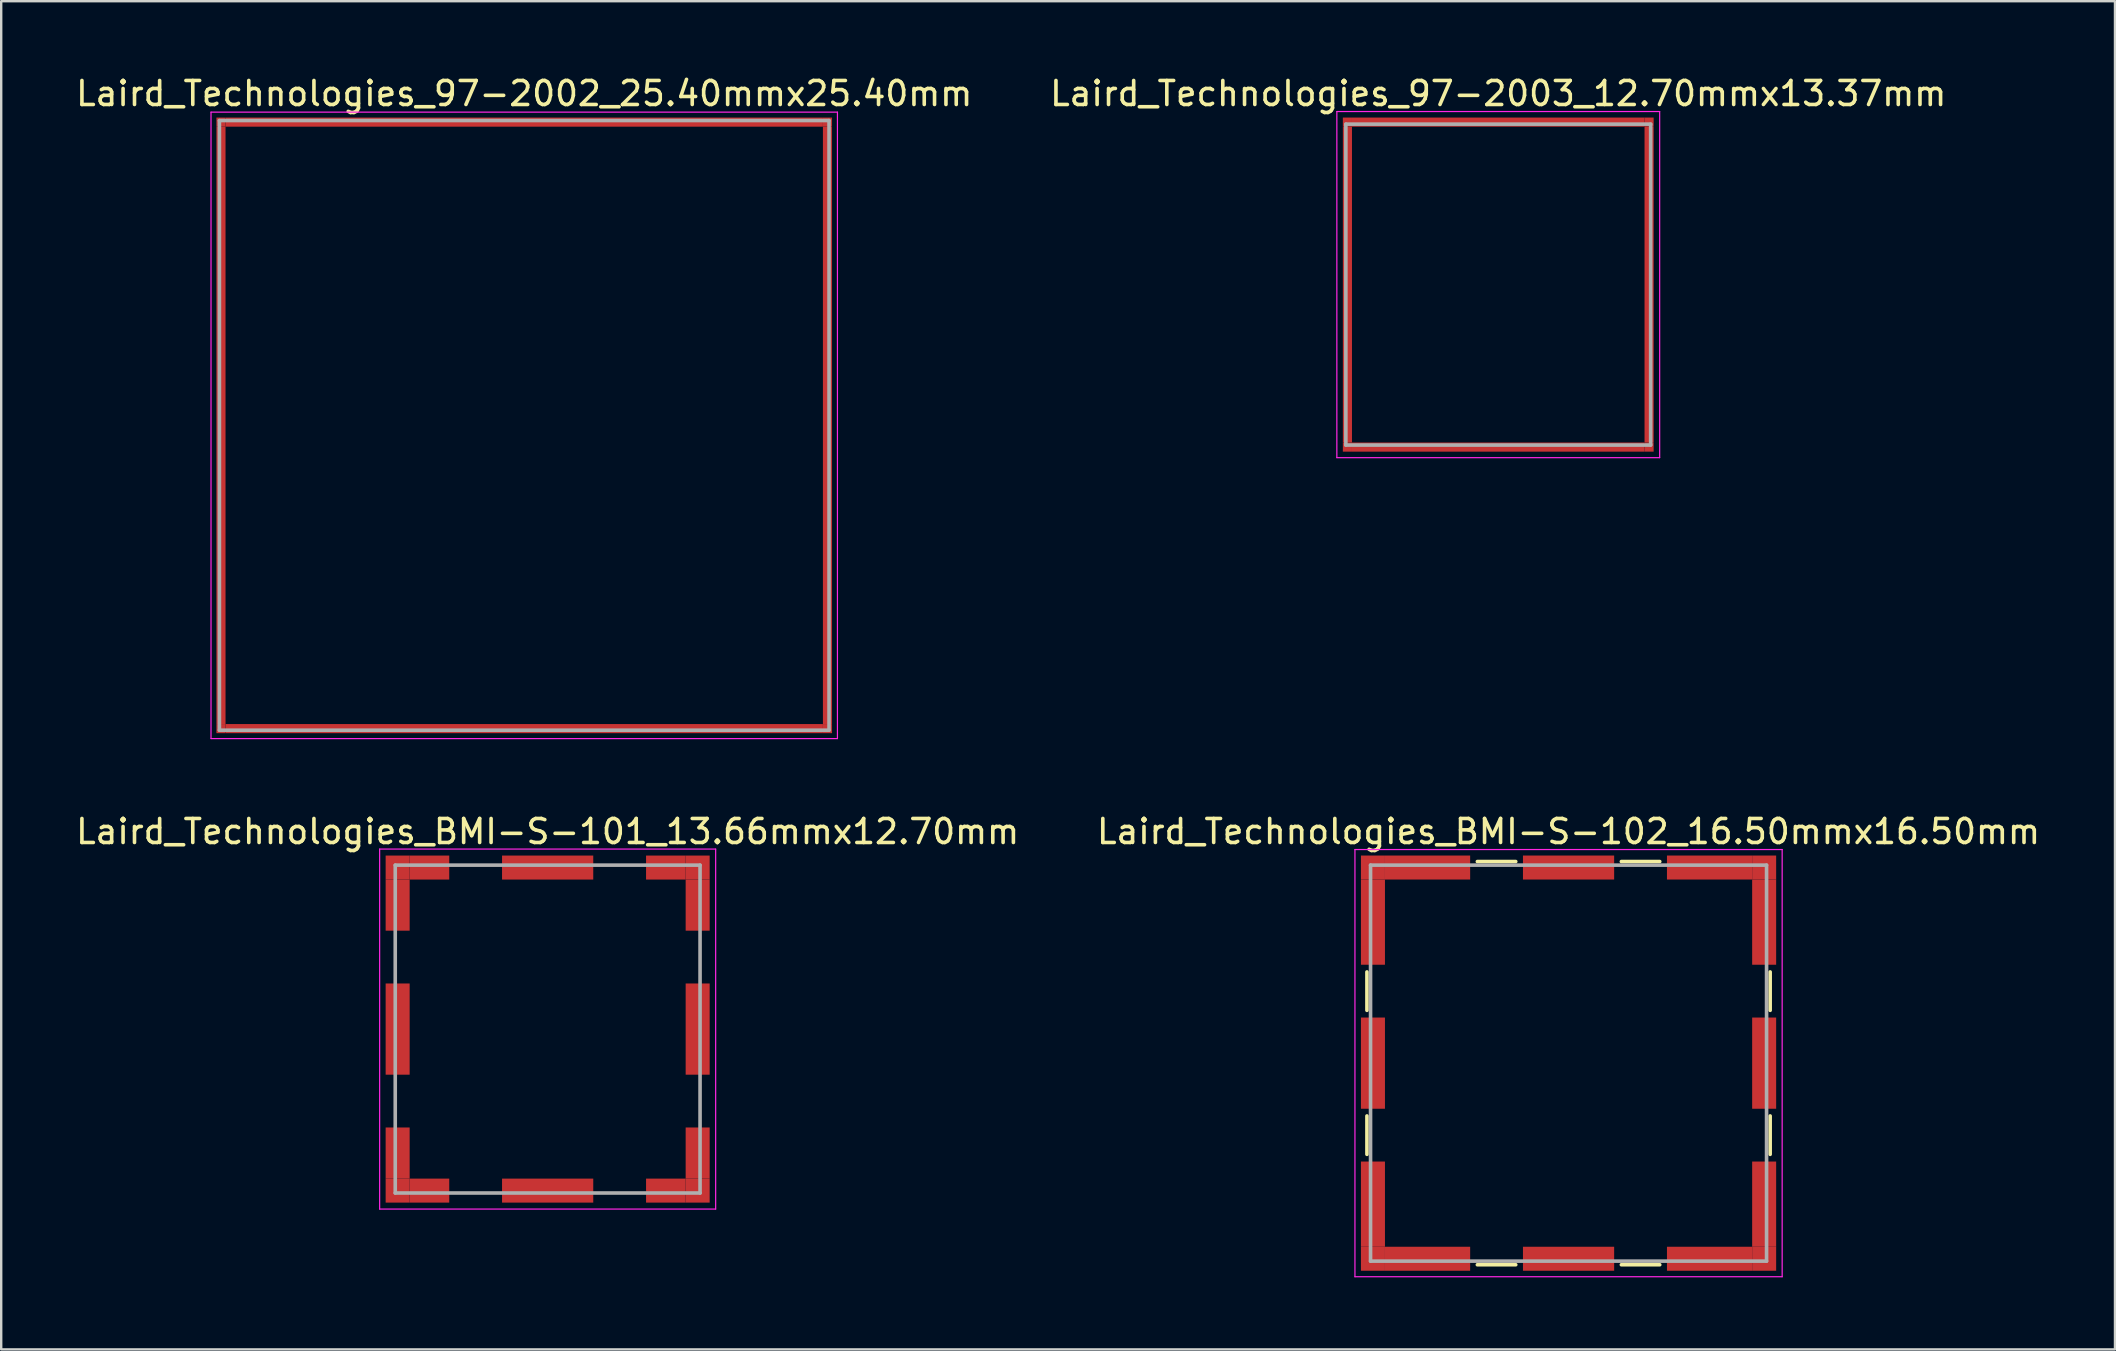
<source format=kicad_pcb>
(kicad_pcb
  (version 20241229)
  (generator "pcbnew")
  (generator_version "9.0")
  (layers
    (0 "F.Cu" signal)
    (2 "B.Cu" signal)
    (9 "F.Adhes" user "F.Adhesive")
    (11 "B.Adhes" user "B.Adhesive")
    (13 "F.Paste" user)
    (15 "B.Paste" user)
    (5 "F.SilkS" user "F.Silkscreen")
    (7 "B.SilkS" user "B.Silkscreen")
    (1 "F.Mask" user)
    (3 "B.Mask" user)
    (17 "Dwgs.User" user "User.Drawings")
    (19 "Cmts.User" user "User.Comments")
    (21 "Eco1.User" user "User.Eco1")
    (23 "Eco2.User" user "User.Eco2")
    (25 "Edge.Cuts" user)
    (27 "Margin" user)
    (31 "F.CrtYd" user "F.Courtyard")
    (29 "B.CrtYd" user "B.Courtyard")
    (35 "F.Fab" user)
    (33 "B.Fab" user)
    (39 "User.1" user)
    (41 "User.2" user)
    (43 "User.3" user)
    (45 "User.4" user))
  (footprint "Laird_Technologies_97-2003_12.70mmx13.37mm"
    (layer "F.Cu")
    (at 59.375 8.808)
    (property "Reference" "Laird_Technologies_97-2003_12.70mmx13.37mm" (at 0 -7.96 0) (layer "F.SilkS") (effects (font (size 1 1) (thickness 0.15))))
    (attr smd)
    (fp_line (start -6.725 -7.21) (end -6.725 7.21) (stroke (width 0.05) (type solid)) (layer "F.CrtYd"))
    (fp_line (start -6.725 7.21) (end 6.725 7.21) (stroke (width 0.05) (type solid)) (layer "F.CrtYd"))
    (fp_line (start 6.725 -7.21) (end -6.725 -7.21) (stroke (width 0.05) (type solid)) (layer "F.CrtYd"))
    (fp_line (start 6.725 7.21) (end 6.725 -7.21) (stroke (width 0.05) (type solid)) (layer "F.CrtYd"))
    (fp_line (start -6.35 -6.685) (end -6.35 6.685) (stroke (width 0.15) (type solid)) (layer "F.Fab"))
    (fp_line (start -6.35 6.685) (end 6.35 6.685) (stroke (width 0.15) (type solid)) (layer "F.Fab"))
    (fp_line (start 6.35 -6.685) (end -6.35 -6.685) (stroke (width 0.15) (type solid)) (layer "F.Fab"))
    (fp_line (start 6.35 6.685) (end 6.35 -6.685) (stroke (width 0.15) (type solid)) (layer "F.Fab"))
    (pad "1" smd rect (at -6.285 -6.77) (size 0.38 0.38) (layers "F.Cu" "F.Mask"))
    (pad "1" smd rect (at -6.285 0) (size 0.38 13.16) (layers "F.Cu" "F.Mask"))
    (pad "1" smd rect (at -6.285 6.77) (size 0.38 0.38) (layers "F.Cu" "F.Mask"))
    (pad "1" smd rect (at 0 -6.77) (size 12.19 0.38) (layers "F.Cu" "F.Mask"))
    (pad "1" smd rect (at 0 6.77) (size 12.19 0.38) (layers "F.Cu" "F.Mask"))
    (pad "1" smd rect (at 6.285 -6.77) (size 0.38 0.38) (layers "F.Cu" "F.Mask"))
    (pad "1" smd rect (at 6.285 0) (size 0.38 13.16) (layers "F.Cu" "F.Mask"))
    (pad "1" smd rect (at 6.285 6.77) (size 0.38 0.38) (layers "F.Cu" "F.Mask")))
  (footprint "Laird_Technologies_BMI-S-102_16.50mmx16.50mm"
    (layer "F.Cu")
    (at 62.304 41.246)
    (property "Reference" "Laird_Technologies_BMI-S-102_16.50mmx16.50mm" (at 0 -9.65 0) (layer "F.SilkS") (effects (font (size 1 1) (thickness 0.15))))
    (attr smd)
    (fp_line (start -8.4 -3.8) (end -8.4 -2.2) (stroke (width 0.15) (type solid)) (layer "F.SilkS"))
    (fp_line (start -8.4 2.2) (end -8.4 3.8) (stroke (width 0.15) (type solid)) (layer "F.SilkS"))
    (fp_line (start -3.8 -8.4) (end -2.2 -8.4) (stroke (width 0.15) (type solid)) (layer "F.SilkS"))
    (fp_line (start -3.8 8.4) (end -2.2 8.4) (stroke (width 0.15) (type solid)) (layer "F.SilkS"))
    (fp_line (start 2.2 -8.4) (end 3.8 -8.4) (stroke (width 0.15) (type solid)) (layer "F.SilkS"))
    (fp_line (start 2.2 8.4) (end 3.8 8.4) (stroke (width 0.15) (type solid)) (layer "F.SilkS"))
    (fp_line (start 8.4 -3.8) (end 8.4 -2.2) (stroke (width 0.15) (type solid)) (layer "F.SilkS"))
    (fp_line (start 8.4 2.2) (end 8.4 3.8) (stroke (width 0.15) (type solid)) (layer "F.SilkS"))
    (fp_line (start -8.9 -8.9) (end -8.9 8.9) (stroke (width 0.05) (type solid)) (layer "F.CrtYd"))
    (fp_line (start -8.9 8.9) (end 8.9 8.9) (stroke (width 0.05) (type solid)) (layer "F.CrtYd"))
    (fp_line (start 8.9 -8.9) (end -8.9 -8.9) (stroke (width 0.05) (type solid)) (layer "F.CrtYd"))
    (fp_line (start 8.9 8.9) (end 8.9 -8.9) (stroke (width 0.05) (type solid)) (layer "F.CrtYd"))
    (fp_line (start -8.25 -8.25) (end -8.25 8.25) (stroke (width 0.15) (type solid)) (layer "F.Fab"))
    (fp_line (start -8.25 8.25) (end 8.25 8.25) (stroke (width 0.15) (type solid)) (layer "F.Fab"))
    (fp_line (start 8.25 -8.25) (end -8.25 -8.25) (stroke (width 0.15) (type solid)) (layer "F.Fab"))
    (fp_line (start 8.25 8.25) (end 8.25 -8.25) (stroke (width 0.15) (type solid)) (layer "F.Fab"))
    (pad "1" smd rect (at -8.15 -8.15) (size 1 1) (layers "F.Cu" "F.Mask"))
    (pad "1" smd rect (at -8.15 -5.875) (size 1 3.55) (layers "F.Cu" "F.Mask"))
    (pad "1" smd rect (at -8.15 0) (size 1 3.8) (layers "F.Cu" "F.Mask"))
    (pad "1" smd rect (at -8.15 5.875) (size 1 3.55) (layers "F.Cu" "F.Mask"))
    (pad "1" smd rect (at -8.15 8.15) (size 1 1) (layers "F.Cu" "F.Mask"))
    (pad "1" smd rect (at -5.875 -8.15) (size 3.55 1) (layers "F.Cu" "F.Mask"))
    (pad "1" smd rect (at -5.875 8.15) (size 3.55 1) (layers "F.Cu" "F.Mask"))
    (pad "1" smd rect (at 0 -8.15) (size 3.8 1) (layers "F.Cu" "F.Mask"))
    (pad "1" smd rect (at 0 8.15) (size 3.8 1) (layers "F.Cu" "F.Mask"))
    (pad "1" smd rect (at 5.875 -8.15) (size 3.55 1) (layers "F.Cu" "F.Mask"))
    (pad "1" smd rect (at 5.875 8.15) (size 3.55 1) (layers "F.Cu" "F.Mask"))
    (pad "1" smd rect (at 8.15 -8.15) (size 1 1) (layers "F.Cu" "F.Mask"))
    (pad "1" smd rect (at 8.15 -5.875) (size 1 3.55) (layers "F.Cu" "F.Mask"))
    (pad "1" smd rect (at 8.15 0) (size 1 3.8) (layers "F.Cu" "F.Mask"))
    (pad "1" smd rect (at 8.15 5.875) (size 1 3.55) (layers "F.Cu" "F.Mask"))
    (pad "1" smd rect (at 8.15 8.15) (size 1 1) (layers "F.Cu" "F.Mask")))
  (footprint "Laird_Technologies_97-2002_25.40mmx25.40mm"
    (layer "F.Cu")
    (at 18.792 14.673)
    (property "Reference" "Laird_Technologies_97-2002_25.40mmx25.40mm" (at 0 -13.825 0) (layer "F.SilkS") (effects (font (size 1 1) (thickness 0.15))))
    (attr smd)
    (fp_line (start -13.05 -13.05) (end -13.05 13.05) (stroke (width 0.05) (type solid)) (layer "F.CrtYd"))
    (fp_line (start -13.05 13.05) (end 13.05 13.05) (stroke (width 0.05) (type solid)) (layer "F.CrtYd"))
    (fp_line (start 13.05 -13.05) (end -13.05 -13.05) (stroke (width 0.05) (type solid)) (layer "F.CrtYd"))
    (fp_line (start 13.05 13.05) (end 13.05 -13.05) (stroke (width 0.05) (type solid)) (layer "F.CrtYd"))
    (fp_line (start -12.7 -12.7) (end -12.7 12.7) (stroke (width 0.15) (type solid)) (layer "F.Fab"))
    (fp_line (start -12.7 12.7) (end 12.7 12.7) (stroke (width 0.15) (type solid)) (layer "F.Fab"))
    (fp_line (start 12.7 -12.7) (end -12.7 -12.7) (stroke (width 0.15) (type solid)) (layer "F.Fab"))
    (fp_line (start 12.7 12.7) (end 12.7 -12.7) (stroke (width 0.15) (type solid)) (layer "F.Fab"))
    (pad "1" smd rect (at -12.635 -12.635) (size 0.38 0.38) (layers "F.Cu" "F.Mask"))
    (pad "1" smd rect (at -12.635 0) (size 0.38 24.89) (layers "F.Cu" "F.Mask"))
    (pad "1" smd rect (at -12.635 12.635) (size 0.38 0.38) (layers "F.Cu" "F.Mask"))
    (pad "1" smd rect (at 0 -12.635) (size 24.89 0.38) (layers "F.Cu" "F.Mask"))
    (pad "1" smd rect (at 0 12.635) (size 24.89 0.38) (layers "F.Cu" "F.Mask"))
    (pad "1" smd rect (at 12.635 -12.635) (size 0.38 0.38) (layers "F.Cu" "F.Mask"))
    (pad "1" smd rect (at 12.635 0) (size 0.38 24.89) (layers "F.Cu" "F.Mask"))
    (pad "1" smd rect (at 12.635 12.635) (size 0.38 0.38) (layers "F.Cu" "F.Mask")))
  (footprint "Laird_Technologies_BMI-S-101_13.66mmx12.70mm"
    (layer "F.Cu")
    (at 19.768 39.827)
    (property "Reference" "Laird_Technologies_BMI-S-101_13.66mmx12.70mm" (at 0 -8.23 0) (layer "F.SilkS") (effects (font (size 1 1) (thickness 0.15))))
    (attr smd)
    (fp_line (start -7 -7.5) (end -7 7.5) (stroke (width 0.05) (type solid)) (layer "F.CrtYd"))
    (fp_line (start -7 7.5) (end 7 7.5) (stroke (width 0.05) (type solid)) (layer "F.CrtYd"))
    (fp_line (start 7 -7.5) (end -7 -7.5) (stroke (width 0.05) (type solid)) (layer "F.CrtYd"))
    (fp_line (start 7 7.5) (end 7 -7.5) (stroke (width 0.05) (type solid)) (layer "F.CrtYd"))
    (fp_line (start -6.35 -6.83) (end -6.35 6.83) (stroke (width 0.15) (type solid)) (layer "F.Fab"))
    (fp_line (start -6.35 6.83) (end 6.35 6.83) (stroke (width 0.15) (type solid)) (layer "F.Fab"))
    (fp_line (start 6.35 -6.83) (end -6.35 -6.83) (stroke (width 0.15) (type solid)) (layer "F.Fab"))
    (fp_line (start 6.35 6.83) (end 6.35 -6.83) (stroke (width 0.15) (type solid)) (layer "F.Fab"))
    (pad "1" smd rect (at -6.25 -6.73) (size 1 1) (layers "F.Cu" "F.Mask"))
    (pad "1" smd rect (at -6.25 -5.165) (size 1 2.13) (layers "F.Cu" "F.Mask"))
    (pad "1" smd rect (at -6.25 0) (size 1 3.8) (layers "F.Cu" "F.Mask"))
    (pad "1" smd rect (at -6.25 5.165) (size 1 2.13) (layers "F.Cu" "F.Mask"))
    (pad "1" smd rect (at -6.25 6.73) (size 1 1) (layers "F.Cu" "F.Mask"))
    (pad "1" smd rect (at -4.925 -6.73) (size 1.65 1) (layers "F.Cu" "F.Mask"))
    (pad "1" smd rect (at -4.925 6.73) (size 1.65 1) (layers "F.Cu" "F.Mask"))
    (pad "1" smd rect (at 0 -6.73) (size 3.8 1) (layers "F.Cu" "F.Mask"))
    (pad "1" smd rect (at 0 6.73) (size 3.8 1) (layers "F.Cu" "F.Mask"))
    (pad "1" smd rect (at 4.925 -6.73) (size 1.65 1) (layers "F.Cu" "F.Mask"))
    (pad "1" smd rect (at 4.925 6.73) (size 1.65 1) (layers "F.Cu" "F.Mask"))
    (pad "1" smd rect (at 6.25 -6.73) (size 1 1) (layers "F.Cu" "F.Mask"))
    (pad "1" smd rect (at 6.25 -5.165) (size 1 2.13) (layers "F.Cu" "F.Mask"))
    (pad "1" smd rect (at 6.25 0) (size 1 3.8) (layers "F.Cu" "F.Mask"))
    (pad "1" smd rect (at 6.25 5.165) (size 1 2.13) (layers "F.Cu" "F.Mask"))
    (pad "1" smd rect (at 6.25 6.73) (size 1 1) (layers "F.Cu" "F.Mask")))
  (gr_rect
    (start -3 -3)
    (end 85.071 53.172)
    (stroke (width 0.1) (type default))
    (fill no)
    (layer "Edge.Cuts")))
</source>
